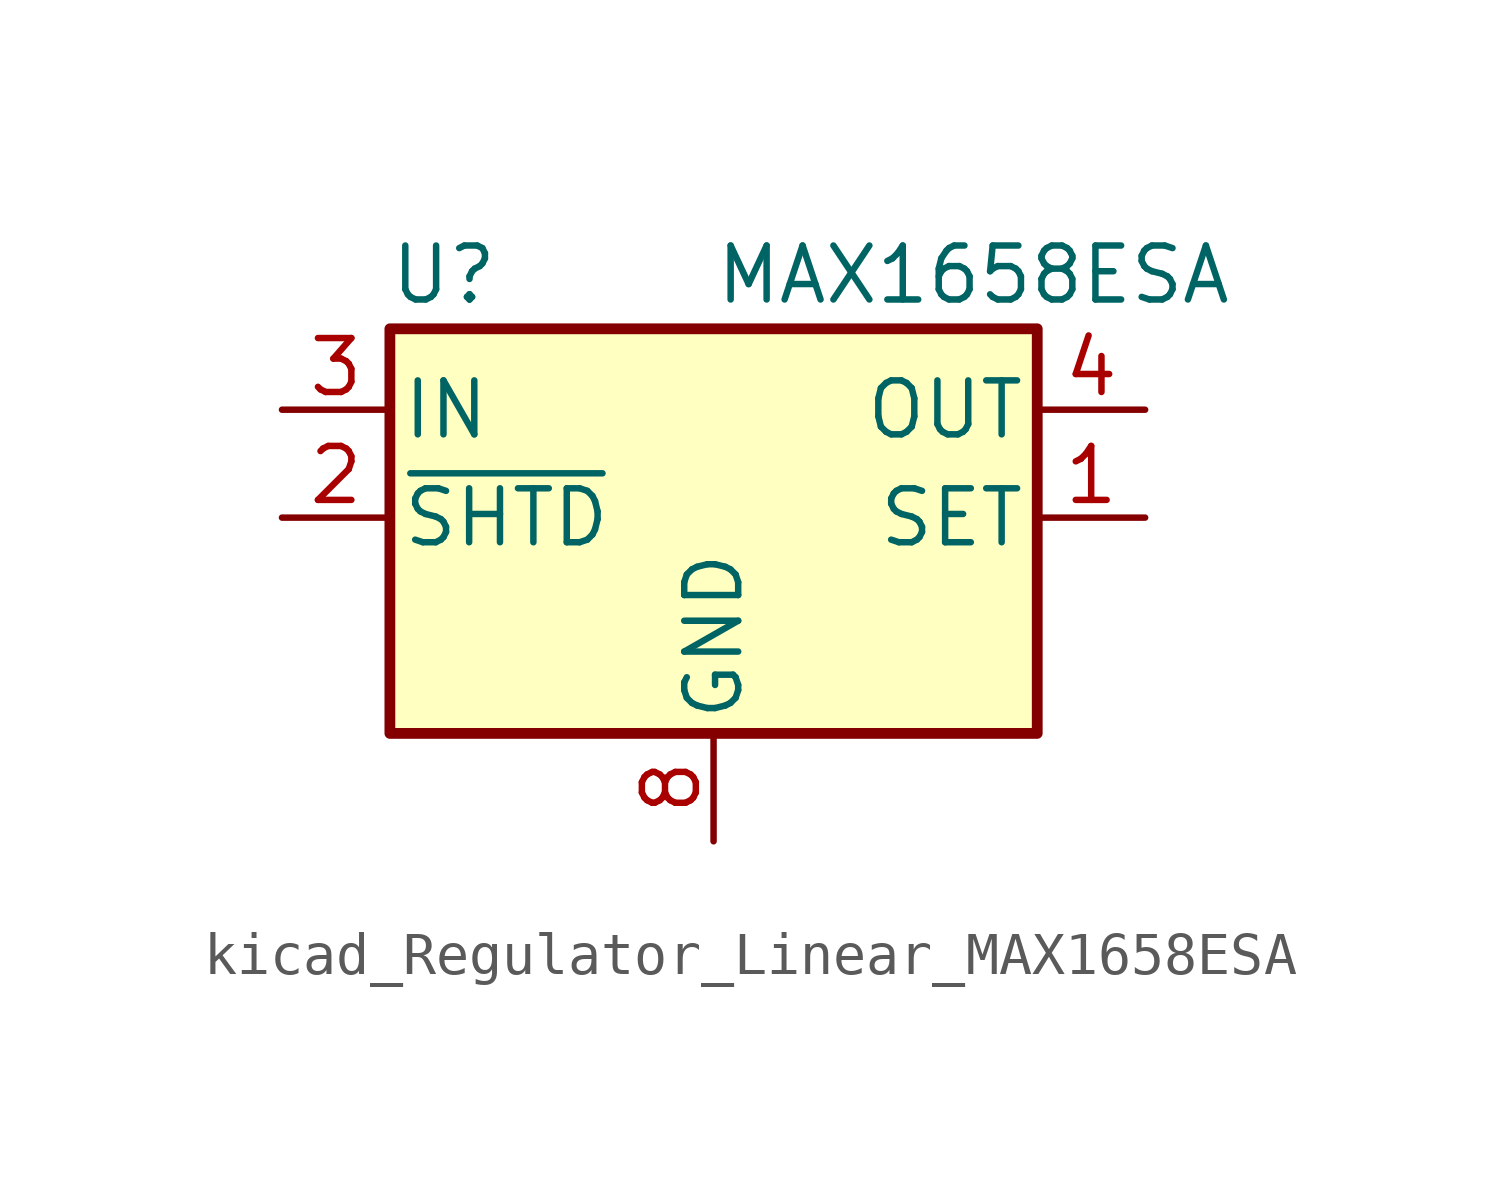
<source format=kicad_sym>
(kicad_symbol_lib
  (version 20220914)
  (generator kicad_symbol_editor)
  (symbol "kicad_Regulator_Linear_MAX1658ESA"
    (pin_names
      (offset 0.254))
    (property "Reference" "U"
      (at -6.35 5.715 0)
      (effects (font (size 1.27 1.27))))
    (property "Value" "MAX1658ESA"
      (at 0 5.715 0)
      (effects (font (size 1.27 1.27)) (justify left)))
    (symbol "kicad_Regulator_Linear_MAX1658ESA_0_1"
      (rectangle (start -7.62 4.445) (end 7.62 -5.08) (stroke (width 0.254) (type default)) (fill (type background))))
    (symbol "kicad_Regulator_Linear_MAX1658ESA_1_1"
      (pin passive line (at 10.16 0 180) (length 2.54) (name "SET" (effects (font (size 1.27 1.27)))) (number "1" (effects (font (size 1.27 1.27)))))
      (pin input line (at -10.16 0 0) (length 2.54) (name "~{SHTD}" (effects (font (size 1.27 1.27)))) (number "2" (effects (font (size 1.27 1.27)))))
      (pin power_in line (at -10.16 2.54 0) (length 2.54) (name "IN" (effects (font (size 1.27 1.27)))) (number "3" (effects (font (size 1.27 1.27)))))
      (pin power_out line (at 10.16 2.54 180) (length 2.54) (name "OUT" (effects (font (size 1.27 1.27)))) (number "4" (effects (font (size 1.27 1.27)))))
      (pin passive line (at 10.16 2.54 180) (length 2.54) hide (name "OUT" (effects (font (size 1.27 1.27)))) (number "5" (effects (font (size 1.27 1.27)))))
      (pin passive line (at -10.16 2.54 0) (length 2.54) hide (name "IN" (effects (font (size 1.27 1.27)))) (number "6" (effects (font (size 1.27 1.27)))))
      (pin passive line (at -10.16 2.54 0) (length 2.54) hide (name "IN" (effects (font (size 1.27 1.27)))) (number "7" (effects (font (size 1.27 1.27)))))
      (pin power_in line (at 0 -7.62 90) (length 2.54) (name "GND" (effects (font (size 1.27 1.27)))) (number "8" (effects (font (size 1.27 1.27))))))))
</source>
